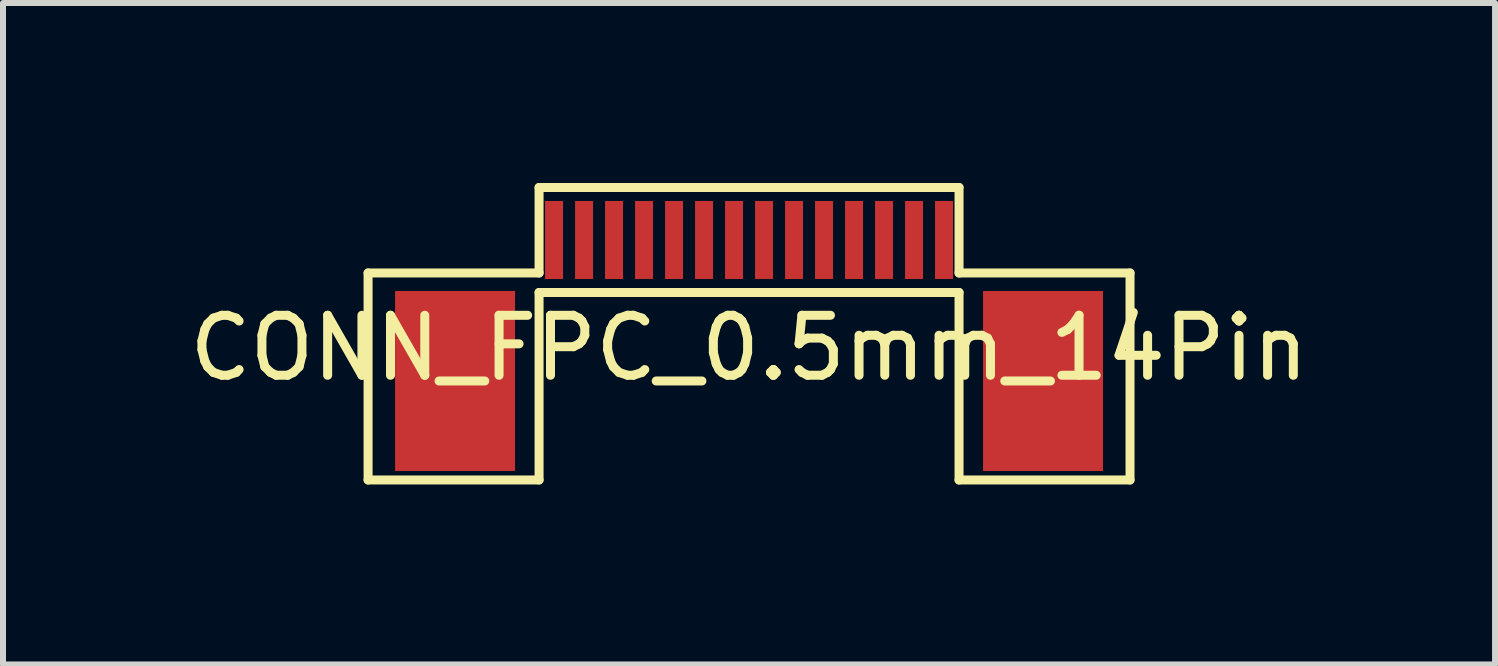
<source format=kicad_pcb>
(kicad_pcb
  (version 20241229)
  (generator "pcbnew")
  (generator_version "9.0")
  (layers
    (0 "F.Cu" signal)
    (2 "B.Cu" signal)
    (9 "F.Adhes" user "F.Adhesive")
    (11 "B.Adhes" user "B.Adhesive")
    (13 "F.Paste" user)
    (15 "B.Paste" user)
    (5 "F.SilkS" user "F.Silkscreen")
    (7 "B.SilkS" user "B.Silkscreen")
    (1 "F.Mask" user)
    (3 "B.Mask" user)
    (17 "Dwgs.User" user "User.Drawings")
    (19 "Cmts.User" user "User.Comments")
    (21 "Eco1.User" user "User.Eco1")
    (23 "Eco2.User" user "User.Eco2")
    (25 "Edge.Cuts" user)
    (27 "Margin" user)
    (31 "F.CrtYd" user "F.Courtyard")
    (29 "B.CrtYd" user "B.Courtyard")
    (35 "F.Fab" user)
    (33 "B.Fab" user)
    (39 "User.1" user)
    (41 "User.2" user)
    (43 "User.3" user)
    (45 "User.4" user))
  (footprint "CONN_FPC_0.5mm_14Pin"
    (layer "F.Cu")
    (at 9.435 0.95)
    (property "Reference" "CONN_FPC_0.5mm_14Pin" (at 0 1.8 0) (layer "F.SilkS") (effects (font (size 1 1) (thickness 0.15))))
    (attr smd)
    (fp_line (start -6.35 0.55) (end -3.5 0.55) (stroke (width 0.15) (type solid)) (layer "F.SilkS"))
    (fp_line (start -6.35 4) (end -6.35 0.55) (stroke (width 0.15) (type solid)) (layer "F.SilkS"))
    (fp_line (start -3.5 -0.875) (end 3.5 -0.875) (stroke (width 0.15) (type solid)) (layer "F.SilkS"))
    (fp_line (start -3.5 0.55) (end -3.5 -0.875) (stroke (width 0.15) (type solid)) (layer "F.SilkS"))
    (fp_line (start -3.5 0.875) (end -3.5 4) (stroke (width 0.15) (type solid)) (layer "F.SilkS"))
    (fp_line (start -3.5 0.875) (end 3.5 0.875) (stroke (width 0.15) (type solid)) (layer "F.SilkS"))
    (fp_line (start -3.5 4) (end -6.35 4) (stroke (width 0.15) (type solid)) (layer "F.SilkS"))
    (fp_line (start 3.5 0.55) (end 3.5 -0.875) (stroke (width 0.15) (type solid)) (layer "F.SilkS"))
    (fp_line (start 3.5 0.875) (end 3.5 4) (stroke (width 0.15) (type solid)) (layer "F.SilkS"))
    (fp_line (start 3.5 4) (end 6.35 4) (stroke (width 0.15) (type solid)) (layer "F.SilkS"))
    (fp_line (start 6.35 0.55) (end 3.5 0.55) (stroke (width 0.15) (type solid)) (layer "F.SilkS"))
    (fp_line (start 6.35 4) (end 6.35 0.55) (stroke (width 0.15) (type solid)) (layer "F.SilkS"))
    (pad "1" smd rect (at -3.25 0) (size 0.3 1.3) (layers "F.Cu" "F.Mask" "F.Paste"))
    (pad "2" smd rect (at -2.75 0) (size 0.3 1.3) (layers "F.Cu" "F.Mask" "F.Paste"))
    (pad "3" smd rect (at -2.25 0) (size 0.3 1.3) (layers "F.Cu" "F.Mask" "F.Paste"))
    (pad "4" smd rect (at -1.75 0) (size 0.3 1.3) (layers "F.Cu" "F.Mask" "F.Paste"))
    (pad "5" smd rect (at -1.25 0) (size 0.3 1.3) (layers "F.Cu" "F.Mask" "F.Paste"))
    (pad "6" smd rect (at -0.75 0) (size 0.3 1.3) (layers "F.Cu" "F.Mask" "F.Paste"))
    (pad "7" smd rect (at -0.25 0) (size 0.3 1.3) (layers "F.Cu" "F.Mask" "F.Paste"))
    (pad "8" smd rect (at 0.25 0) (size 0.3 1.3) (layers "F.Cu" "F.Mask" "F.Paste"))
    (pad "9" smd rect (at 0.75 0) (size 0.3 1.3) (layers "F.Cu" "F.Mask" "F.Paste"))
    (pad "10" smd rect (at 1.25 0) (size 0.3 1.3) (layers "F.Cu" "F.Mask" "F.Paste"))
    (pad "11" smd rect (at 1.75 0) (size 0.3 1.3) (layers "F.Cu" "F.Mask" "F.Paste"))
    (pad "12" smd rect (at 2.25 0) (size 0.3 1.3) (layers "F.Cu" "F.Mask" "F.Paste"))
    (pad "13" smd rect (at 2.75 0) (size 0.3 1.3) (layers "F.Cu" "F.Mask" "F.Paste"))
    (pad "14" smd rect (at 3.25 0) (size 0.3 1.3) (layers "F.Cu" "F.Mask" "F.Paste"))
    (pad "SH" smd rect (at -4.9 2.35) (size 2 3) (layers "F.Cu" "F.Mask" "F.Paste"))
    (pad "SH" smd rect (at 4.9 2.35) (size 2 3) (layers "F.Cu" "F.Mask" "F.Paste")))
  (gr_rect
    (start -3 -3)
    (end 21.869 8.025)
    (stroke (width 0.1) (type default))
    (fill no)
    (layer "Edge.Cuts")))
</source>
